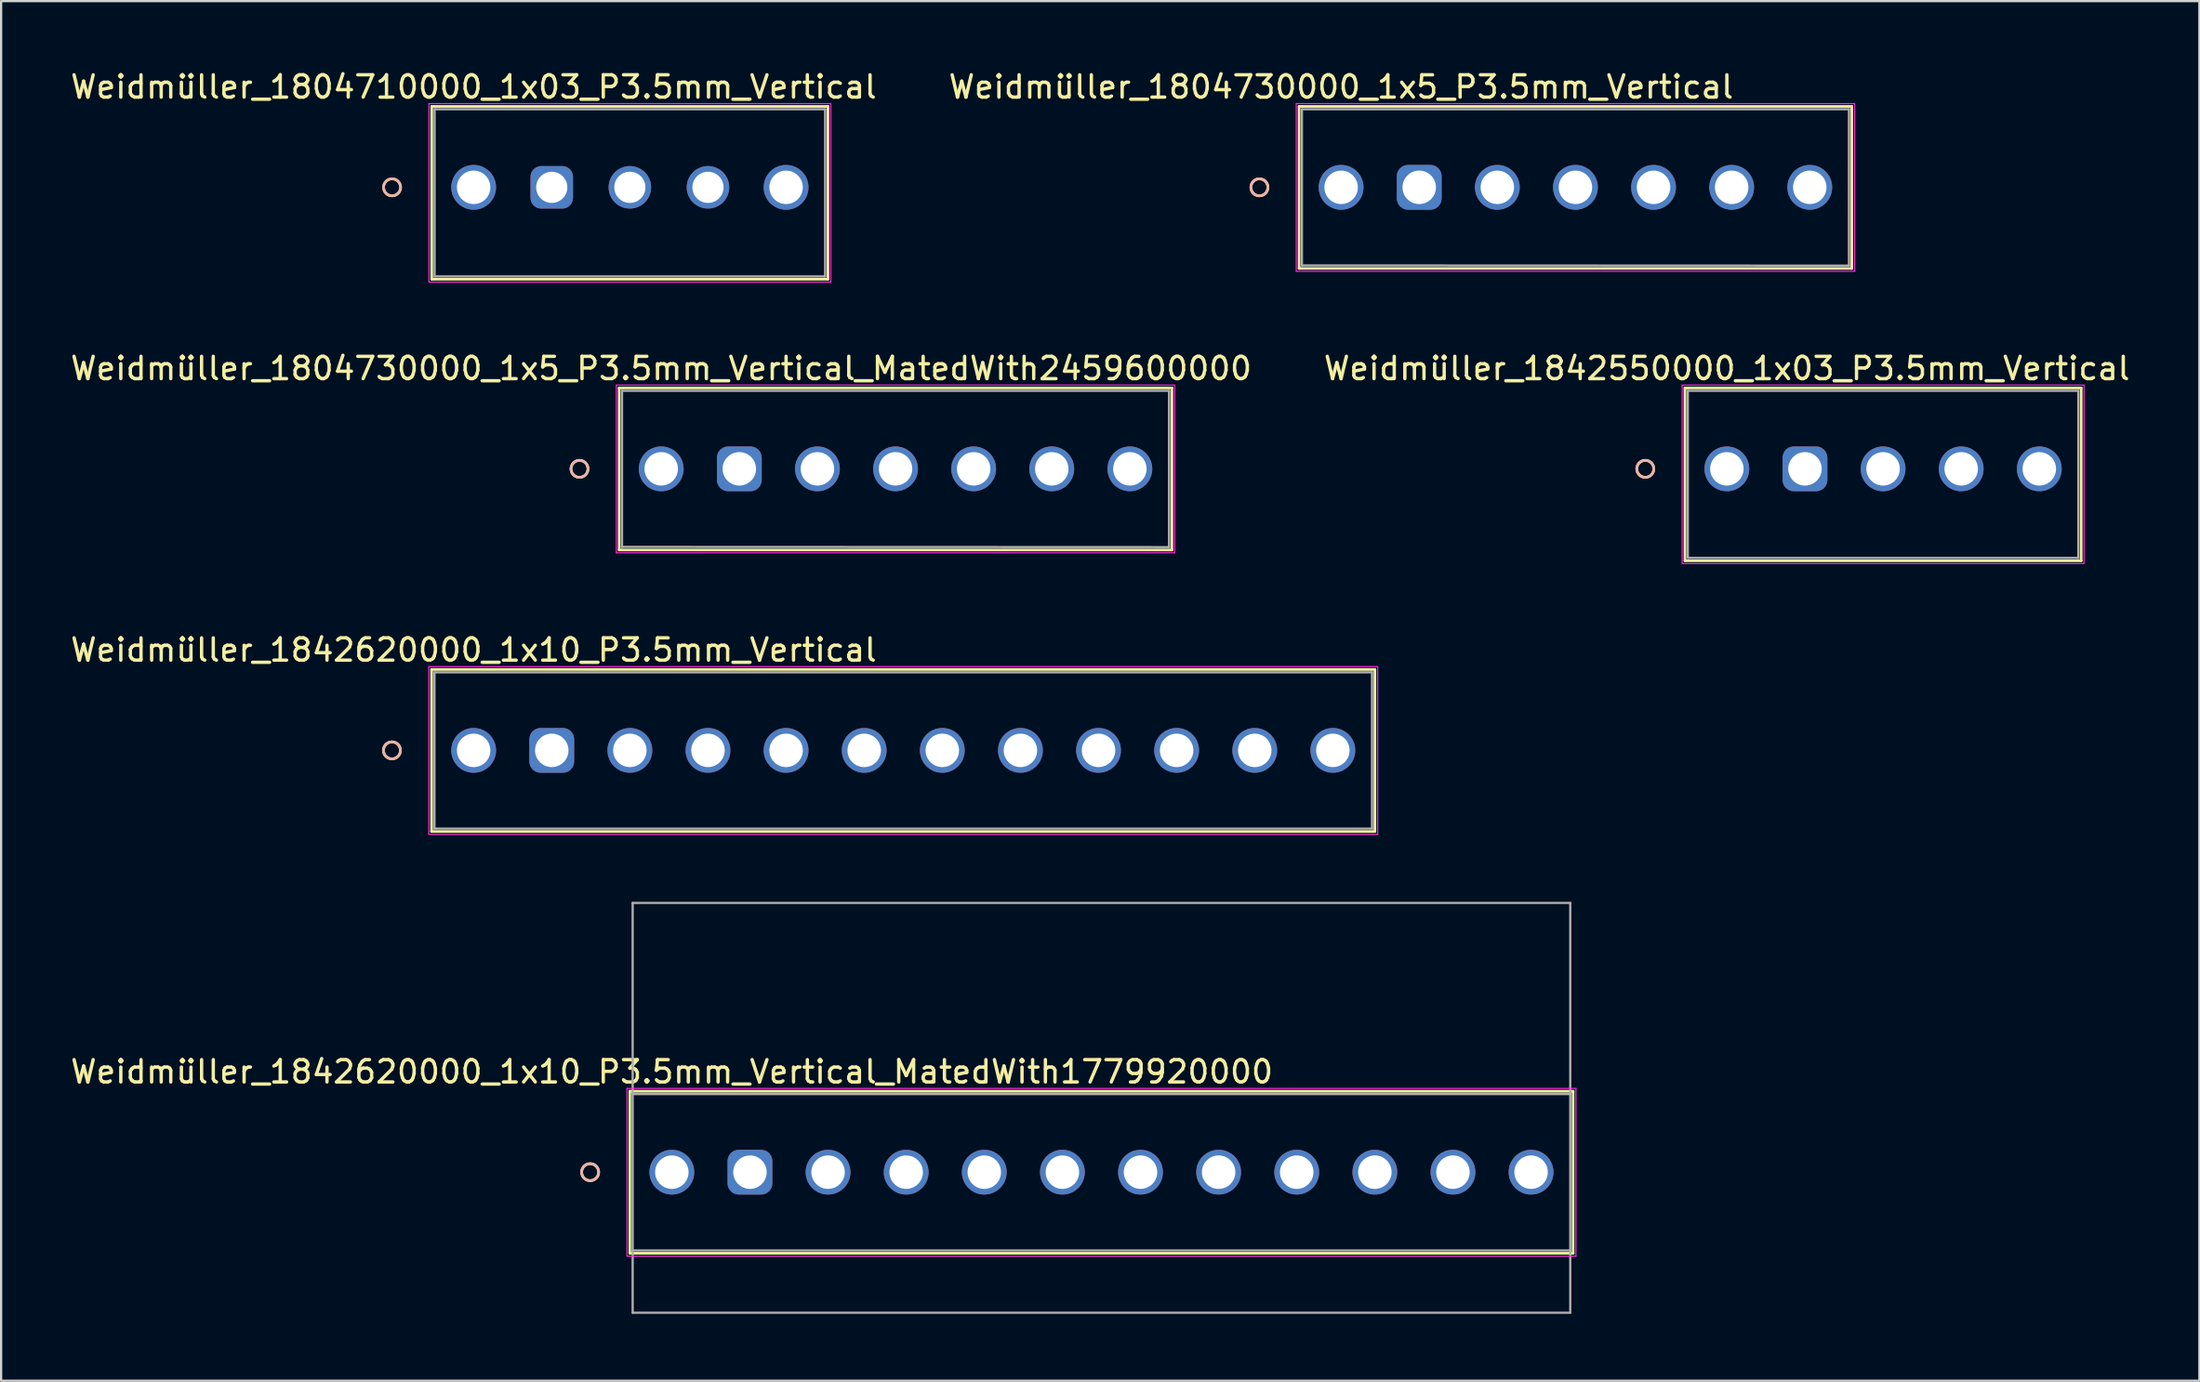
<source format=kicad_pcb>
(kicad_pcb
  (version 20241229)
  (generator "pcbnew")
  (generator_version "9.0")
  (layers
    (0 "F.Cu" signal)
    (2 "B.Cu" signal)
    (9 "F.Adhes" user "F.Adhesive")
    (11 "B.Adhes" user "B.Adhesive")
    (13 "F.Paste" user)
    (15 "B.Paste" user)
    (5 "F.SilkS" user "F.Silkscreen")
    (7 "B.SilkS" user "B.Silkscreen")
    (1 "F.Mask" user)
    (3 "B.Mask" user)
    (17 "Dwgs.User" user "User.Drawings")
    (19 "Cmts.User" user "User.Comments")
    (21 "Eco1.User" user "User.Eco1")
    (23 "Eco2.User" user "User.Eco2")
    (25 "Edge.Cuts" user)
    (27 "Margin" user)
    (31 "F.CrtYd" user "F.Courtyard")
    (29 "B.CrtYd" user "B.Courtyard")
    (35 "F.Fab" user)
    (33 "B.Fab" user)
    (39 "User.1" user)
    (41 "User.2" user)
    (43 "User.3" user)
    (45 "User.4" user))
  (footprint "Weidmüller_1842620000_1x10_P3.5mm_Vertical"
    (layer "F.Cu")
    (at 21.673 30.589)
    (property "Reference" "Weidmüller_1842620000_1x10_P3.5mm_Vertical" (at -3.5 -4.5 0) (layer "F.SilkS") (effects (font (size 1 1) (thickness 0.15))))
    (attr through_hole)
    (fp_line (start -5.383 -3.627) (end -5.383 3.637) (stroke (width 0.12) (type solid)) (layer "F.SilkS"))
    (fp_line (start -5.383 3.637) (end 36.883 3.637) (stroke (width 0.12) (type solid)) (layer "F.SilkS"))
    (fp_line (start 36.883 -3.627) (end -5.383 -3.627) (stroke (width 0.12) (type solid)) (layer "F.SilkS"))
    (fp_line (start 36.883 3.637) (end 36.883 -3.627) (stroke (width 0.12) (type solid)) (layer "F.SilkS"))
    (fp_circle (center -7.161 0) (end -6.78 0) (stroke (width 0.12) (type solid)) (fill no) (layer "F.SilkS"))
    (fp_circle (center -7.161 0) (end -6.78 0) (stroke (width 0.12) (type solid)) (fill no) (layer "B.SilkS"))
    (fp_line (start -5.51 -3.754) (end -5.51 3.764) (stroke (width 0.05) (type solid)) (layer "F.CrtYd"))
    (fp_line (start -5.51 3.764) (end 37.01 3.764) (stroke (width 0.05) (type solid)) (layer "F.CrtYd"))
    (fp_line (start 37.01 -3.754) (end -5.51 -3.754) (stroke (width 0.05) (type solid)) (layer "F.CrtYd"))
    (fp_line (start 37.01 3.764) (end 37.01 -3.754) (stroke (width 0.05) (type solid)) (layer "F.CrtYd"))
    (fp_line (start -5.256 -3.5) (end -5.256 3.51) (stroke (width 0.1) (type solid)) (layer "F.Fab"))
    (fp_line (start -5.256 3.51) (end 36.756 3.51) (stroke (width 0.1) (type solid)) (layer "F.Fab"))
    (fp_line (start 36.756 -3.5) (end -5.256 -3.5) (stroke (width 0.1) (type solid)) (layer "F.Fab"))
    (fp_line (start 36.756 3.51) (end 36.756 -3.5) (stroke (width 0.1) (type solid)) (layer "F.Fab"))
    (pad "" np_thru_hole circle (at -3.5 0) (size 2.007 2.007) (drill 1.499) (layers "*.Cu" "*.Mask"))
    (pad "" np_thru_hole circle (at 35 0) (size 2.007 2.007) (drill 1.499) (layers "*.Cu" "*.Mask"))
    (pad "1" thru_hole roundrect (at 0 0) (size 2.007 2.007) (drill 1.499) (layers "*.Cu" "*.Mask") (roundrect_rratio 0.25))
    (pad "2" thru_hole circle (at 3.5 0) (size 2.007 2.007) (drill 1.499) (layers "*.Cu" "*.Mask"))
    (pad "3" thru_hole circle (at 7 0) (size 2.007 2.007) (drill 1.499) (layers "*.Cu" "*.Mask"))
    (pad "4" thru_hole circle (at 10.5 0) (size 2.007 2.007) (drill 1.499) (layers "*.Cu" "*.Mask"))
    (pad "5" thru_hole circle (at 14 0) (size 2.007 2.007) (drill 1.499) (layers "*.Cu" "*.Mask"))
    (pad "6" thru_hole circle (at 17.5 0) (size 2.007 2.007) (drill 1.499) (layers "*.Cu" "*.Mask"))
    (pad "7" thru_hole circle (at 21 0) (size 2.007 2.007) (drill 1.499) (layers "*.Cu" "*.Mask"))
    (pad "8" thru_hole circle (at 24.5 0) (size 2.007 2.007) (drill 1.499) (layers "*.Cu" "*.Mask"))
    (pad "9" thru_hole circle (at 28 0) (size 2.007 2.007) (drill 1.499) (layers "*.Cu" "*.Mask"))
    (pad "10" thru_hole circle (at 31.5 0) (size 2.007 2.007) (drill 1.499) (layers "*.Cu" "*.Mask")))
  (footprint "Weidmüller_1804730000_1x5_P3.5mm_Vertical_MatedWith2459600000"
    (layer "F.Cu")
    (at 30.077 17.968)
    (property "Reference" "Weidmüller_1804730000_1x5_P3.5mm_Vertical_MatedWith2459600000" (at -3.5 -4.5 0) (layer "F.SilkS") (effects (font (size 1 1) (thickness 0.15))))
    (attr through_hole)
    (fp_line (start -5.383 -3.627) (end -5.383 3.637) (stroke (width 0.12) (type solid)) (layer "F.SilkS"))
    (fp_line (start -5.383 3.637) (end 19.383 3.637) (stroke (width 0.12) (type solid)) (layer "F.SilkS"))
    (fp_line (start 19.383 -3.627) (end -5.383 -3.627) (stroke (width 0.12) (type solid)) (layer "F.SilkS"))
    (fp_line (start 19.383 3.637) (end 19.383 -3.627) (stroke (width 0.12) (type solid)) (layer "F.SilkS"))
    (fp_circle (center -7.161 0) (end -6.78 0) (stroke (width 0.12) (type solid)) (fill no) (layer "F.SilkS"))
    (fp_circle (center -7.161 0) (end -6.78 0) (stroke (width 0.12) (type solid)) (fill no) (layer "B.SilkS"))
    (fp_line (start -5.51 -3.754) (end -5.51 3.764) (stroke (width 0.05) (type solid)) (layer "F.CrtYd"))
    (fp_line (start -5.51 3.764) (end 19.51 3.764) (stroke (width 0.05) (type solid)) (layer "F.CrtYd"))
    (fp_line (start 19.51 -3.754) (end -5.51 -3.754) (stroke (width 0.05) (type solid)) (layer "F.CrtYd"))
    (fp_line (start 19.51 3.764) (end 19.51 -3.754) (stroke (width 0.05) (type solid)) (layer "F.CrtYd"))
    (fp_line (start -5.262 3.5) (end 19.256 3.51) (stroke (width 0.1) (type solid)) (layer "F.Fab"))
    (fp_line (start -5.256 -3.5) (end -5.256 3.51) (stroke (width 0.1) (type solid)) (layer "F.Fab"))
    (fp_line (start 19.256 -3.5) (end -5.256 -3.5) (stroke (width 0.1) (type solid)) (layer "F.Fab"))
    (fp_line (start 19.256 3.51) (end 19.256 -3.5) (stroke (width 0.1) (type solid)) (layer "F.Fab"))
    (pad "" np_thru_hole circle (at -3.5 0) (size 2.007 2.007) (drill 1.499) (layers "*.Cu" "*.Mask"))
    (pad "" np_thru_hole circle (at 17.5 0) (size 2.007 2.007) (drill 1.499) (layers "*.Cu" "*.Mask"))
    (pad "1" thru_hole roundrect (at 0 0) (size 2.007 2.007) (drill 1.499) (layers "*.Cu" "*.Mask") (roundrect_rratio 0.25))
    (pad "2" thru_hole circle (at 3.5 0) (size 2.007 2.007) (drill 1.499) (layers "*.Cu" "*.Mask"))
    (pad "3" thru_hole circle (at 7 0) (size 2.007 2.007) (drill 1.499) (layers "*.Cu" "*.Mask"))
    (pad "4" thru_hole circle (at 10.5 0) (size 2.007 2.007) (drill 1.499) (layers "*.Cu" "*.Mask"))
    (pad "5" thru_hole circle (at 14 0) (size 2.007 2.007) (drill 1.499) (layers "*.Cu" "*.Mask")))
  (footprint "Weidmüller_1842620000_1x10_P3.5mm_Vertical_MatedWith1779920000"
    (layer "F.Cu")
    (at 30.554 49.498)
    (property "Reference" "Weidmüller_1842620000_1x10_P3.5mm_Vertical_MatedWith1779920000" (at -3.5 -4.5 0) (layer "F.SilkS") (effects (font (size 1 1) (thickness 0.15))))
    (attr through_hole)
    (fp_line (start -5.383 -3.627) (end -5.383 3.637) (stroke (width 0.12) (type solid)) (layer "F.SilkS"))
    (fp_line (start -5.383 3.637) (end 36.883 3.637) (stroke (width 0.12) (type solid)) (layer "F.SilkS"))
    (fp_line (start 36.883 -3.627) (end -5.383 -3.627) (stroke (width 0.12) (type solid)) (layer "F.SilkS"))
    (fp_line (start 36.883 3.637) (end 36.883 -3.627) (stroke (width 0.12) (type solid)) (layer "F.SilkS"))
    (fp_circle (center -7.161 0) (end -6.78 0) (stroke (width 0.12) (type solid)) (fill no) (layer "F.SilkS"))
    (fp_circle (center -7.161 0) (end -6.78 0) (stroke (width 0.12) (type solid)) (fill no) (layer "B.SilkS"))
    (fp_line (start -5.51 -3.754) (end -5.51 3.764) (stroke (width 0.05) (type solid)) (layer "F.CrtYd"))
    (fp_line (start -5.51 3.764) (end 37.01 3.764) (stroke (width 0.05) (type solid)) (layer "F.CrtYd"))
    (fp_line (start 37.01 -3.754) (end -5.51 -3.754) (stroke (width 0.05) (type solid)) (layer "F.CrtYd"))
    (fp_line (start 37.01 3.764) (end 37.01 -3.754) (stroke (width 0.05) (type solid)) (layer "F.CrtYd"))
    (fp_line (start -5.256 -12.07) (end -5.256 6.3) (stroke (width 0.1) (type solid)) (layer "F.Fab"))
    (fp_line (start -5.256 -12.07) (end 36.756 -12.07) (stroke (width 0.1) (type solid)) (layer "F.Fab"))
    (fp_line (start -5.256 3.51) (end 36.756 3.51) (stroke (width 0.1) (type solid)) (layer "F.Fab"))
    (fp_line (start 36.756 -3.5) (end -5.256 -3.5) (stroke (width 0.1) (type solid)) (layer "F.Fab"))
    (fp_line (start 36.756 6.3) (end -5.256 6.3) (stroke (width 0.1) (type solid)) (layer "F.Fab"))
    (fp_line (start 36.756 6.3) (end 36.756 -12.07) (stroke (width 0.1) (type solid)) (layer "F.Fab"))
    (pad "" np_thru_hole circle (at -3.5 0) (size 2.007 2.007) (drill 1.499) (layers "*.Cu" "*.Mask"))
    (pad "" np_thru_hole circle (at 35 0) (size 2.007 2.007) (drill 1.499) (layers "*.Cu" "*.Mask"))
    (pad "1" thru_hole roundrect (at 0 0) (size 2.007 2.007) (drill 1.499) (layers "*.Cu" "*.Mask") (roundrect_rratio 0.25))
    (pad "2" thru_hole circle (at 3.5 0) (size 2.007 2.007) (drill 1.499) (layers "*.Cu" "*.Mask"))
    (pad "3" thru_hole circle (at 7 0) (size 2.007 2.007) (drill 1.499) (layers "*.Cu" "*.Mask"))
    (pad "4" thru_hole circle (at 10.5 0) (size 2.007 2.007) (drill 1.499) (layers "*.Cu" "*.Mask"))
    (pad "5" thru_hole circle (at 14 0) (size 2.007 2.007) (drill 1.499) (layers "*.Cu" "*.Mask"))
    (pad "6" thru_hole circle (at 17.5 0) (size 2.007 2.007) (drill 1.499) (layers "*.Cu" "*.Mask"))
    (pad "7" thru_hole circle (at 21 0) (size 2.007 2.007) (drill 1.499) (layers "*.Cu" "*.Mask"))
    (pad "8" thru_hole circle (at 24.5 0) (size 2.007 2.007) (drill 1.499) (layers "*.Cu" "*.Mask"))
    (pad "9" thru_hole circle (at 28 0) (size 2.007 2.007) (drill 1.499) (layers "*.Cu" "*.Mask"))
    (pad "10" thru_hole circle (at 31.5 0) (size 2.007 2.007) (drill 1.499) (layers "*.Cu" "*.Mask")))
  (footprint "Weidmüller_1804710000_1x03_P3.5mm_Vertical"
    (layer "F.Cu")
    (at 21.673 5.348)
    (property "Reference" "Weidmüller_1804710000_1x03_P3.5mm_Vertical" (at -3.5 -4.5 0) (layer "F.SilkS") (effects (font (size 1 1) (thickness 0.15))))
    (attr through_hole)
    (fp_line (start -5.377 -3.627) (end -5.377 4.12) (stroke (width 0.12) (type solid)) (layer "F.SilkS"))
    (fp_line (start -5.377 4.12) (end 12.377 4.12) (stroke (width 0.12) (type solid)) (layer "F.SilkS"))
    (fp_line (start 12.377 -3.627) (end -5.377 -3.627) (stroke (width 0.12) (type solid)) (layer "F.SilkS"))
    (fp_line (start 12.377 4.12) (end 12.377 -3.627) (stroke (width 0.12) (type solid)) (layer "F.SilkS"))
    (fp_circle (center -7.155 0) (end -6.774 0) (stroke (width 0.12) (type solid)) (fill no) (layer "F.SilkS"))
    (fp_circle (center -7.155 0) (end -6.774 0) (stroke (width 0.12) (type solid)) (fill no) (layer "B.SilkS"))
    (fp_line (start -5.504 -3.754) (end -5.504 4.247) (stroke (width 0.05) (type solid)) (layer "F.CrtYd"))
    (fp_line (start -5.504 4.247) (end 12.504 4.247) (stroke (width 0.05) (type solid)) (layer "F.CrtYd"))
    (fp_line (start 12.504 -3.754) (end -5.504 -3.754) (stroke (width 0.05) (type solid)) (layer "F.CrtYd"))
    (fp_line (start 12.504 4.247) (end 12.504 -3.754) (stroke (width 0.05) (type solid)) (layer "F.CrtYd"))
    (fp_line (start -5.25 -3.5) (end -5.25 3.993) (stroke (width 0.1) (type solid)) (layer "F.Fab"))
    (fp_line (start -5.25 3.993) (end 12.25 3.993) (stroke (width 0.1) (type solid)) (layer "F.Fab"))
    (fp_line (start 12.25 -3.5) (end -5.25 -3.5) (stroke (width 0.1) (type solid)) (layer "F.Fab"))
    (fp_line (start 12.25 3.993) (end 12.25 -3.5) (stroke (width 0.1) (type solid)) (layer "F.Fab"))
    (pad "" np_thru_hole circle (at -3.5 0) (size 2.007 2.007) (drill 1.499) (layers "*.Cu" "*.Mask"))
    (pad "" np_thru_hole circle (at 10.5 0) (size 2.007 2.007) (drill 1.499) (layers "*.Cu" "*.Mask"))
    (pad "1" thru_hole roundrect (at 0 0) (size 1.905 1.905) (drill 1.397) (layers "*.Cu" "*.Mask") (roundrect_rratio 0.25))
    (pad "2" thru_hole circle (at 3.5 0) (size 1.905 1.905) (drill 1.397) (layers "*.Cu" "*.Mask"))
    (pad "3" thru_hole circle (at 7 0) (size 1.905 1.905) (drill 1.397) (layers "*.Cu" "*.Mask")))
  (footprint "Weidmüller_1804730000_1x5_P3.5mm_Vertical"
    (layer "F.Cu")
    (at 60.542 5.348)
    (property "Reference" "Weidmüller_1804730000_1x5_P3.5mm_Vertical" (at -3.5 -4.5 0) (layer "F.SilkS") (effects (font (size 1 1) (thickness 0.15))))
    (attr through_hole)
    (fp_line (start -5.383 -3.627) (end -5.383 3.637) (stroke (width 0.12) (type solid)) (layer "F.SilkS"))
    (fp_line (start -5.383 3.637) (end 19.383 3.637) (stroke (width 0.12) (type solid)) (layer "F.SilkS"))
    (fp_line (start 19.383 -3.627) (end -5.383 -3.627) (stroke (width 0.12) (type solid)) (layer "F.SilkS"))
    (fp_line (start 19.383 3.637) (end 19.383 -3.627) (stroke (width 0.12) (type solid)) (layer "F.SilkS"))
    (fp_circle (center -7.161 0) (end -6.78 0) (stroke (width 0.12) (type solid)) (fill no) (layer "F.SilkS"))
    (fp_circle (center -7.161 0) (end -6.78 0) (stroke (width 0.12) (type solid)) (fill no) (layer "B.SilkS"))
    (fp_line (start -5.51 -3.754) (end -5.51 3.764) (stroke (width 0.05) (type solid)) (layer "F.CrtYd"))
    (fp_line (start -5.51 3.764) (end 19.51 3.764) (stroke (width 0.05) (type solid)) (layer "F.CrtYd"))
    (fp_line (start 19.51 -3.754) (end -5.51 -3.754) (stroke (width 0.05) (type solid)) (layer "F.CrtYd"))
    (fp_line (start 19.51 3.764) (end 19.51 -3.754) (stroke (width 0.05) (type solid)) (layer "F.CrtYd"))
    (fp_line (start -5.262 3.5) (end 19.256 3.51) (stroke (width 0.1) (type solid)) (layer "F.Fab"))
    (fp_line (start -5.256 -3.5) (end -5.256 3.51) (stroke (width 0.1) (type solid)) (layer "F.Fab"))
    (fp_line (start 19.256 -3.5) (end -5.256 -3.5) (stroke (width 0.1) (type solid)) (layer "F.Fab"))
    (fp_line (start 19.256 3.51) (end 19.256 -3.5) (stroke (width 0.1) (type solid)) (layer "F.Fab"))
    (pad "" np_thru_hole circle (at -3.5 0) (size 2.007 2.007) (drill 1.499) (layers "*.Cu" "*.Mask"))
    (pad "" np_thru_hole circle (at 17.5 0) (size 2.007 2.007) (drill 1.499) (layers "*.Cu" "*.Mask"))
    (pad "1" thru_hole roundrect (at 0 0) (size 2.007 2.007) (drill 1.499) (layers "*.Cu" "*.Mask") (roundrect_rratio 0.25))
    (pad "2" thru_hole circle (at 3.5 0) (size 2.007 2.007) (drill 1.499) (layers "*.Cu" "*.Mask"))
    (pad "3" thru_hole circle (at 7 0) (size 2.007 2.007) (drill 1.499) (layers "*.Cu" "*.Mask"))
    (pad "4" thru_hole circle (at 10.5 0) (size 2.007 2.007) (drill 1.499) (layers "*.Cu" "*.Mask"))
    (pad "5" thru_hole circle (at 14 0) (size 2.007 2.007) (drill 1.499) (layers "*.Cu" "*.Mask")))
  (footprint "Weidmüller_1842550000_1x03_P3.5mm_Vertical"
    (layer "F.Cu")
    (at 77.827 17.968)
    (property "Reference" "Weidmüller_1842550000_1x03_P3.5mm_Vertical" (at -3.5 -4.5 0) (layer "F.SilkS") (effects (font (size 1 1) (thickness 0.15))))
    (attr through_hole)
    (fp_line (start -5.377 -3.627) (end -5.377 4.12) (stroke (width 0.12) (type solid)) (layer "F.SilkS"))
    (fp_line (start -5.377 4.12) (end 12.377 4.12) (stroke (width 0.12) (type solid)) (layer "F.SilkS"))
    (fp_line (start 12.377 -3.627) (end -5.377 -3.627) (stroke (width 0.12) (type solid)) (layer "F.SilkS"))
    (fp_line (start 12.377 4.12) (end 12.377 -3.627) (stroke (width 0.12) (type solid)) (layer "F.SilkS"))
    (fp_circle (center -7.155 0) (end -6.774 0) (stroke (width 0.12) (type solid)) (fill no) (layer "F.SilkS"))
    (fp_circle (center -7.155 0) (end -6.774 0) (stroke (width 0.12) (type solid)) (fill no) (layer "B.SilkS"))
    (fp_line (start -5.504 -3.754) (end -5.504 4.247) (stroke (width 0.05) (type solid)) (layer "F.CrtYd"))
    (fp_line (start -5.504 4.247) (end 12.504 4.247) (stroke (width 0.05) (type solid)) (layer "F.CrtYd"))
    (fp_line (start 12.504 -3.754) (end -5.504 -3.754) (stroke (width 0.05) (type solid)) (layer "F.CrtYd"))
    (fp_line (start 12.504 4.247) (end 12.504 -3.754) (stroke (width 0.05) (type solid)) (layer "F.CrtYd"))
    (fp_line (start -5.25 -3.5) (end -5.25 3.993) (stroke (width 0.1) (type solid)) (layer "F.Fab"))
    (fp_line (start -5.25 3.993) (end 12.25 3.993) (stroke (width 0.1) (type solid)) (layer "F.Fab"))
    (fp_line (start 12.25 -3.5) (end -5.25 -3.5) (stroke (width 0.1) (type solid)) (layer "F.Fab"))
    (fp_line (start 12.25 3.993) (end 12.25 -3.5) (stroke (width 0.1) (type solid)) (layer "F.Fab"))
    (pad "" np_thru_hole circle (at -3.5 0) (size 2.007 2.007) (drill 1.499) (layers "*.Cu" "*.Mask"))
    (pad "" np_thru_hole circle (at 10.5 0) (size 2.007 2.007) (drill 1.499) (layers "*.Cu" "*.Mask"))
    (pad "1" thru_hole roundrect (at 0 0) (size 2.007 2.007) (drill 1.499) (layers "*.Cu" "*.Mask") (roundrect_rratio 0.25))
    (pad "2" thru_hole circle (at 3.5 0) (size 2.007 2.007) (drill 1.499) (layers "*.Cu" "*.Mask"))
    (pad "3" thru_hole circle (at 7 0) (size 2.007 2.007) (drill 1.499) (layers "*.Cu" "*.Mask")))
  (gr_rect
    (start -3 -3)
    (end 95.5 58.848)
    (stroke (width 0.1) (type default))
    (fill no)
    (layer "Edge.Cuts")))
</source>
